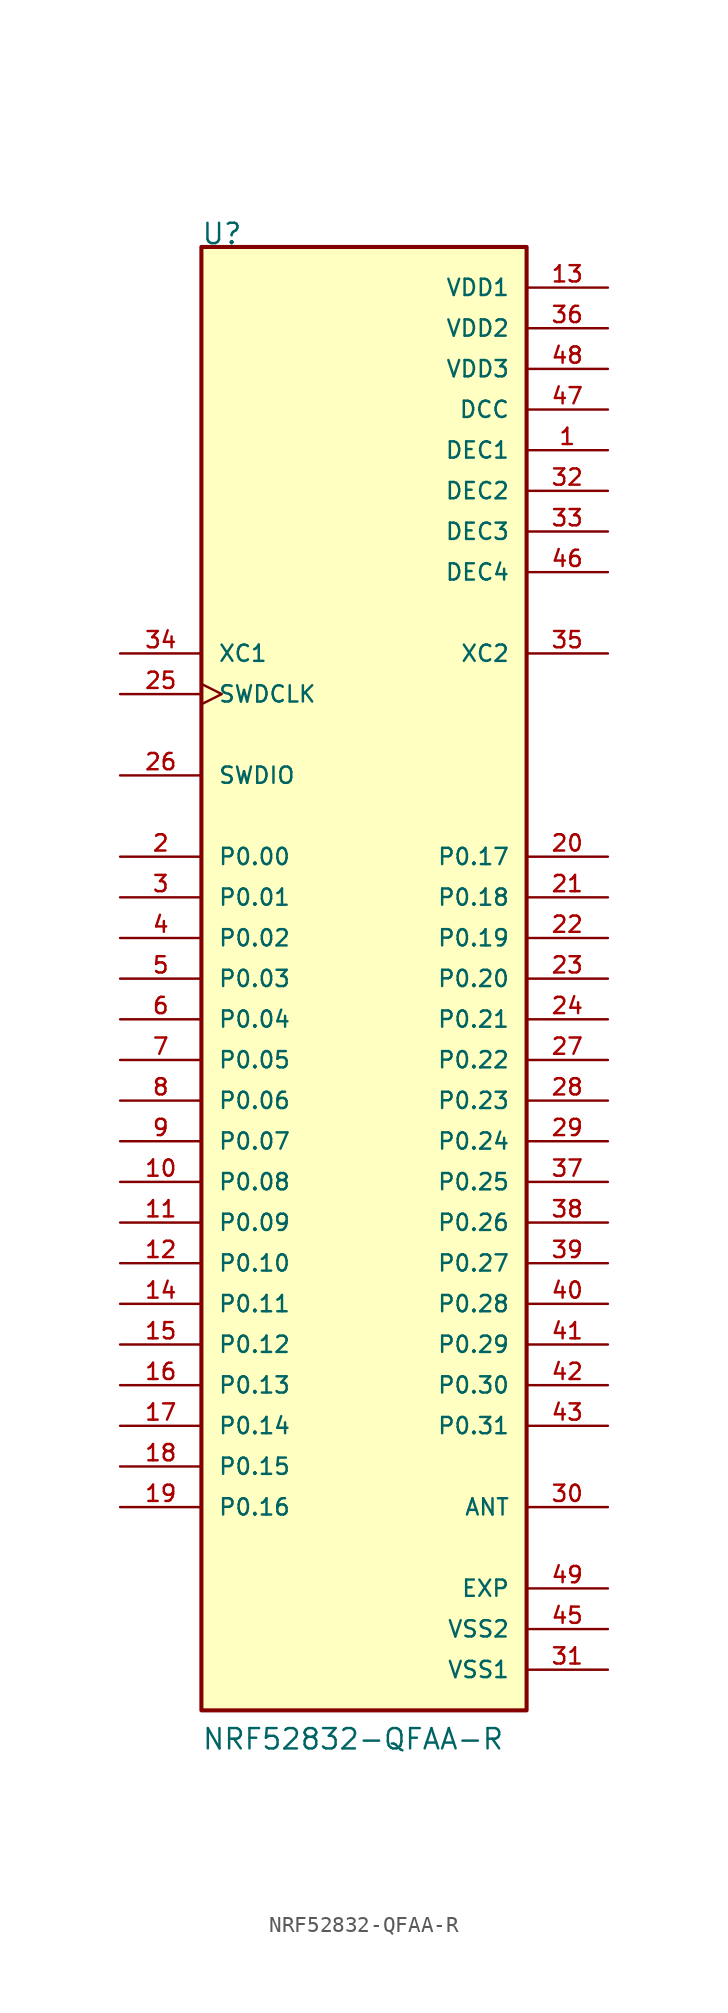
<source format=kicad_sym>
(kicad_symbol_lib
  (version 20211014)
  (generator kicad_symbol_editor)
  (symbol "NRF52832-QFAA-R"
    (pin_names
      (offset 1.016))
    (property "Reference" "U"
      (at -10.185 45.796 0)
      (effects (font (size 1.27 1.27)) (justify left bottom)))
    (property "Value" "NRF52832-QFAA-R"
      (at -10.16 -48.26 0)
      (effects (font (size 1.27 1.27)) (justify left bottom)))
    (property "ki_locked" ""
      (at 0 0 0)
      (effects (font (size 1.27 1.27))))
    (symbol "NRF52832-QFAA-R_0_0"
      (rectangle (start -10.16 -45.72) (end 10.16 45.72) (stroke (width 0.254) (type default) (color 0 0 0 0)) (fill (type background)))
      (pin power_in line (at 15.24 33.02 180) (length 5.08) (name "DEC1" (effects (font (size 1.016 1.016)))) (number "1" (effects (font (size 1.016 1.016)))))
      (pin bidirectional line (at -15.24 -12.7 0) (length 5.08) (name "P0.08" (effects (font (size 1.016 1.016)))) (number "10" (effects (font (size 1.016 1.016)))))
      (pin bidirectional line (at -15.24 -15.24 0) (length 5.08) (name "P0.09" (effects (font (size 1.016 1.016)))) (number "11" (effects (font (size 1.016 1.016)))))
      (pin bidirectional line (at -15.24 -17.78 0) (length 5.08) (name "P0.10" (effects (font (size 1.016 1.016)))) (number "12" (effects (font (size 1.016 1.016)))))
      (pin power_in line (at 15.24 43.18 180) (length 5.08) (name "VDD1" (effects (font (size 1.016 1.016)))) (number "13" (effects (font (size 1.016 1.016)))))
      (pin bidirectional line (at -15.24 -20.32 0) (length 5.08) (name "P0.11" (effects (font (size 1.016 1.016)))) (number "14" (effects (font (size 1.016 1.016)))))
      (pin bidirectional line (at -15.24 -22.86 0) (length 5.08) (name "P0.12" (effects (font (size 1.016 1.016)))) (number "15" (effects (font (size 1.016 1.016)))))
      (pin bidirectional line (at -15.24 -25.4 0) (length 5.08) (name "P0.13" (effects (font (size 1.016 1.016)))) (number "16" (effects (font (size 1.016 1.016)))))
      (pin bidirectional line (at -15.24 -27.94 0) (length 5.08) (name "P0.14" (effects (font (size 1.016 1.016)))) (number "17" (effects (font (size 1.016 1.016)))))
      (pin bidirectional line (at -15.24 -30.48 0) (length 5.08) (name "P0.15" (effects (font (size 1.016 1.016)))) (number "18" (effects (font (size 1.016 1.016)))))
      (pin bidirectional line (at -15.24 -33.02 0) (length 5.08) (name "P0.16" (effects (font (size 1.016 1.016)))) (number "19" (effects (font (size 1.016 1.016)))))
      (pin bidirectional line (at -15.24 7.62 0) (length 5.08) (name "P0.00" (effects (font (size 1.016 1.016)))) (number "2" (effects (font (size 1.016 1.016)))))
      (pin bidirectional line (at 15.24 7.62 180) (length 5.08) (name "P0.17" (effects (font (size 1.016 1.016)))) (number "20" (effects (font (size 1.016 1.016)))))
      (pin bidirectional line (at 15.24 5.08 180) (length 5.08) (name "P0.18" (effects (font (size 1.016 1.016)))) (number "21" (effects (font (size 1.016 1.016)))))
      (pin bidirectional line (at 15.24 2.54 180) (length 5.08) (name "P0.19" (effects (font (size 1.016 1.016)))) (number "22" (effects (font (size 1.016 1.016)))))
      (pin bidirectional line (at 15.24 0 180) (length 5.08) (name "P0.20" (effects (font (size 1.016 1.016)))) (number "23" (effects (font (size 1.016 1.016)))))
      (pin bidirectional line (at 15.24 -2.54 180) (length 5.08) (name "P0.21" (effects (font (size 1.016 1.016)))) (number "24" (effects (font (size 1.016 1.016)))))
      (pin input clock (at -15.24 17.78 0) (length 5.08) (name "SWDCLK" (effects (font (size 1.016 1.016)))) (number "25" (effects (font (size 1.016 1.016)))))
      (pin bidirectional line (at -15.24 12.7 0) (length 5.08) (name "SWDIO" (effects (font (size 1.016 1.016)))) (number "26" (effects (font (size 1.016 1.016)))))
      (pin bidirectional line (at 15.24 -5.08 180) (length 5.08) (name "P0.22" (effects (font (size 1.016 1.016)))) (number "27" (effects (font (size 1.016 1.016)))))
      (pin bidirectional line (at 15.24 -7.62 180) (length 5.08) (name "P0.23" (effects (font (size 1.016 1.016)))) (number "28" (effects (font (size 1.016 1.016)))))
      (pin bidirectional line (at 15.24 -10.16 180) (length 5.08) (name "P0.24" (effects (font (size 1.016 1.016)))) (number "29" (effects (font (size 1.016 1.016)))))
      (pin bidirectional line (at -15.24 5.08 0) (length 5.08) (name "P0.01" (effects (font (size 1.016 1.016)))) (number "3" (effects (font (size 1.016 1.016)))))
      (pin passive line (at 15.24 -33.02 180) (length 5.08) (name "ANT" (effects (font (size 1.016 1.016)))) (number "30" (effects (font (size 1.016 1.016)))))
      (pin power_in line (at 15.24 -43.18 180) (length 5.08) (name "VSS1" (effects (font (size 1.016 1.016)))) (number "31" (effects (font (size 1.016 1.016)))))
      (pin power_in line (at 15.24 30.48 180) (length 5.08) (name "DEC2" (effects (font (size 1.016 1.016)))) (number "32" (effects (font (size 1.016 1.016)))))
      (pin power_in line (at 15.24 27.94 180) (length 5.08) (name "DEC3" (effects (font (size 1.016 1.016)))) (number "33" (effects (font (size 1.016 1.016)))))
      (pin input line (at -15.24 20.32 0) (length 5.08) (name "XC1" (effects (font (size 1.016 1.016)))) (number "34" (effects (font (size 1.016 1.016)))))
      (pin output line (at 15.24 20.32 180) (length 5.08) (name "XC2" (effects (font (size 1.016 1.016)))) (number "35" (effects (font (size 1.016 1.016)))))
      (pin power_in line (at 15.24 40.64 180) (length 5.08) (name "VDD2" (effects (font (size 1.016 1.016)))) (number "36" (effects (font (size 1.016 1.016)))))
      (pin bidirectional line (at 15.24 -12.7 180) (length 5.08) (name "P0.25" (effects (font (size 1.016 1.016)))) (number "37" (effects (font (size 1.016 1.016)))))
      (pin bidirectional line (at 15.24 -15.24 180) (length 5.08) (name "P0.26" (effects (font (size 1.016 1.016)))) (number "38" (effects (font (size 1.016 1.016)))))
      (pin bidirectional line (at 15.24 -17.78 180) (length 5.08) (name "P0.27" (effects (font (size 1.016 1.016)))) (number "39" (effects (font (size 1.016 1.016)))))
      (pin bidirectional line (at -15.24 2.54 0) (length 5.08) (name "P0.02" (effects (font (size 1.016 1.016)))) (number "4" (effects (font (size 1.016 1.016)))))
      (pin bidirectional line (at 15.24 -20.32 180) (length 5.08) (name "P0.28" (effects (font (size 1.016 1.016)))) (number "40" (effects (font (size 1.016 1.016)))))
      (pin bidirectional line (at 15.24 -22.86 180) (length 5.08) (name "P0.29" (effects (font (size 1.016 1.016)))) (number "41" (effects (font (size 1.016 1.016)))))
      (pin bidirectional line (at 15.24 -25.4 180) (length 5.08) (name "P0.30" (effects (font (size 1.016 1.016)))) (number "42" (effects (font (size 1.016 1.016)))))
      (pin bidirectional line (at 15.24 -27.94 180) (length 5.08) (name "P0.31" (effects (font (size 1.016 1.016)))) (number "43" (effects (font (size 1.016 1.016)))))
      (pin power_in line (at 15.24 -40.64 180) (length 5.08) (name "VSS2" (effects (font (size 1.016 1.016)))) (number "45" (effects (font (size 1.016 1.016)))))
      (pin power_in line (at 15.24 25.4 180) (length 5.08) (name "DEC4" (effects (font (size 1.016 1.016)))) (number "46" (effects (font (size 1.016 1.016)))))
      (pin power_in line (at 15.24 35.56 180) (length 5.08) (name "DCC" (effects (font (size 1.016 1.016)))) (number "47" (effects (font (size 1.016 1.016)))))
      (pin power_in line (at 15.24 38.1 180) (length 5.08) (name "VDD3" (effects (font (size 1.016 1.016)))) (number "48" (effects (font (size 1.016 1.016)))))
      (pin power_in line (at 15.24 -38.1 180) (length 5.08) (name "EXP" (effects (font (size 1.016 1.016)))) (number "49" (effects (font (size 1.016 1.016)))))
      (pin bidirectional line (at -15.24 0 0) (length 5.08) (name "P0.03" (effects (font (size 1.016 1.016)))) (number "5" (effects (font (size 1.016 1.016)))))
      (pin bidirectional line (at -15.24 -2.54 0) (length 5.08) (name "P0.04" (effects (font (size 1.016 1.016)))) (number "6" (effects (font (size 1.016 1.016)))))
      (pin bidirectional line (at -15.24 -5.08 0) (length 5.08) (name "P0.05" (effects (font (size 1.016 1.016)))) (number "7" (effects (font (size 1.016 1.016)))))
      (pin bidirectional line (at -15.24 -7.62 0) (length 5.08) (name "P0.06" (effects (font (size 1.016 1.016)))) (number "8" (effects (font (size 1.016 1.016)))))
      (pin bidirectional line (at -15.24 -10.16 0) (length 5.08) (name "P0.07" (effects (font (size 1.016 1.016)))) (number "9" (effects (font (size 1.016 1.016))))))))
</source>
